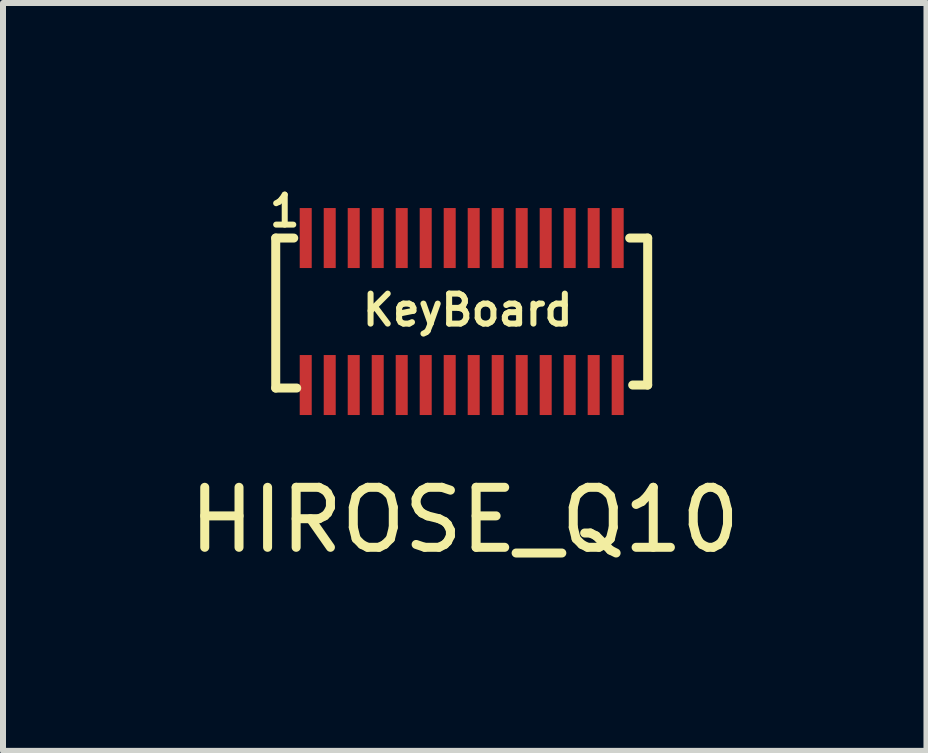
<source format=kicad_pcb>
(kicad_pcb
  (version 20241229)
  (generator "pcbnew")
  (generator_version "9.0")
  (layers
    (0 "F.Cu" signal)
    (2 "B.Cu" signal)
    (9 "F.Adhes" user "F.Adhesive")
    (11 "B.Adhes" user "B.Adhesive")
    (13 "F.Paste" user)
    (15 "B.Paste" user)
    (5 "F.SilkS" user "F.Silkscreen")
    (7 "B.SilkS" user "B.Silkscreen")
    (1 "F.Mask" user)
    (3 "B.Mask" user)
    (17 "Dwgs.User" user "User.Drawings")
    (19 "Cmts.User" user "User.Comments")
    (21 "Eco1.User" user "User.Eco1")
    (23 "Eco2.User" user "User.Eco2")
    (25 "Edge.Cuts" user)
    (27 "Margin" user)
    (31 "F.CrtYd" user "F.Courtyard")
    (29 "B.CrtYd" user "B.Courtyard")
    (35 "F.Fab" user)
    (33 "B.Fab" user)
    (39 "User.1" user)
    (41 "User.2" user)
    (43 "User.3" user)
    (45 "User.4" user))
  (footprint "HIROSE_Q10"
    (layer "F.Cu")
    (at 1.946 1.418)
    (property "Reference" "HIROSE_Q10" (at 2.75 4.2 0) (layer "F.SilkS") (effects (font (size 1 1) (thickness 0.15))))
    (attr through_hole)
    (fp_line (start -0.4 -0.5) (end -0.1 -0.5) (stroke (width 0.15) (type solid)) (layer "F.SilkS"))
    (fp_line (start -0.4 2) (end -0.4 -0.5) (stroke (width 0.15) (type solid)) (layer "F.SilkS"))
    (fp_line (start -0.05 2) (end -0.4 2) (stroke (width 0.15) (type solid)) (layer "F.SilkS"))
    (fp_line (start 5.5 -0.5) (end 5.8 -0.5) (stroke (width 0.15) (type solid)) (layer "F.SilkS"))
    (fp_line (start 5.8 -0.5) (end 5.8 1.95) (stroke (width 0.15) (type solid)) (layer "F.SilkS"))
    (fp_line (start 5.8 1.95) (end 5.55 1.95) (stroke (width 0.15) (type solid)) (layer "F.SilkS"))
    (fp_text user "1" (at -0.25 -0.95 0) (layer "F.SilkS") (effects (font (size 0.5 0.5) (thickness 0.1))))
    (fp_text user "KeyBoard" (at 2.8 0.7 0) (layer "F.SilkS") (effects (font (size 0.5 0.5) (thickness 0.1))))
    (pad "1" smd rect (at 0.1 -0.5) (size 0.2 1) (layers "F.Cu" "F.Mask" "F.Paste"))
    (pad "2" smd rect (at 0.5 -0.5) (size 0.2 1) (layers "F.Cu" "F.Mask" "F.Paste"))
    (pad "3" smd rect (at 0.9 -0.5) (size 0.2 1) (layers "F.Cu" "F.Mask" "F.Paste"))
    (pad "4" smd rect (at 1.3 -0.5) (size 0.2 1) (layers "F.Cu" "F.Mask" "F.Paste"))
    (pad "5" smd rect (at 1.7 -0.5) (size 0.2 1) (layers "F.Cu" "F.Mask" "F.Paste"))
    (pad "6" smd rect (at 2.1 -0.5) (size 0.2 1) (layers "F.Cu" "F.Mask" "F.Paste"))
    (pad "7" smd rect (at 2.5 -0.5) (size 0.2 1) (layers "F.Cu" "F.Mask" "F.Paste"))
    (pad "8" smd rect (at 2.9 -0.5) (size 0.2 1) (layers "F.Cu" "F.Mask" "F.Paste"))
    (pad "9" smd rect (at 3.3 -0.5) (size 0.2 1) (layers "F.Cu" "F.Mask" "F.Paste"))
    (pad "10" smd rect (at 3.7 -0.5) (size 0.2 1) (layers "F.Cu" "F.Mask" "F.Paste"))
    (pad "11" smd rect (at 4.1 -0.5) (size 0.2 1) (layers "F.Cu" "F.Mask" "F.Paste"))
    (pad "12" smd rect (at 4.5 -0.5) (size 0.2 1) (layers "F.Cu" "F.Mask" "F.Paste"))
    (pad "13" smd rect (at 4.9 -0.5) (size 0.2 1) (layers "F.Cu" "F.Mask" "F.Paste"))
    (pad "14" smd rect (at 5.3 -0.5) (size 0.2 1) (layers "F.Cu" "F.Mask" "F.Paste"))
    (pad "15" smd rect (at 5.3 1.95) (size 0.2 1) (layers "F.Cu" "F.Mask" "F.Paste"))
    (pad "16" smd rect (at 4.9 1.95) (size 0.2 1) (layers "F.Cu" "F.Mask" "F.Paste"))
    (pad "17" smd rect (at 4.5 1.95) (size 0.2 1) (layers "F.Cu" "F.Mask" "F.Paste"))
    (pad "18" smd rect (at 4.1 1.95) (size 0.2 1) (layers "F.Cu" "F.Mask" "F.Paste"))
    (pad "19" smd rect (at 3.7 1.95) (size 0.2 1) (layers "F.Cu" "F.Mask" "F.Paste"))
    (pad "20" smd rect (at 3.3 1.95) (size 0.2 1) (layers "F.Cu" "F.Mask" "F.Paste"))
    (pad "21" smd rect (at 2.9 1.95) (size 0.2 1) (layers "F.Cu" "F.Mask" "F.Paste"))
    (pad "22" smd rect (at 2.5 1.95) (size 0.2 1) (layers "F.Cu" "F.Mask" "F.Paste"))
    (pad "23" smd rect (at 2.1 1.95) (size 0.2 1) (layers "F.Cu" "F.Mask" "F.Paste"))
    (pad "24" smd rect (at 1.7 1.95) (size 0.2 1) (layers "F.Cu" "F.Mask" "F.Paste"))
    (pad "25" smd rect (at 1.3 1.95) (size 0.2 1) (layers "F.Cu" "F.Mask" "F.Paste"))
    (pad "26" smd rect (at 0.9 1.95) (size 0.2 1) (layers "F.Cu" "F.Mask" "F.Paste"))
    (pad "27" smd rect (at 0.5 1.95) (size 0.2 1) (layers "F.Cu" "F.Mask" "F.Paste"))
    (pad "28" smd rect (at 0.1 1.95) (size 0.2 1) (layers "F.Cu" "F.Mask" "F.Paste")))
  (gr_rect
    (start -3 -3)
    (end 12.393 9.466)
    (stroke (width 0.1) (type default))
    (fill no)
    (layer "Edge.Cuts")))
</source>
